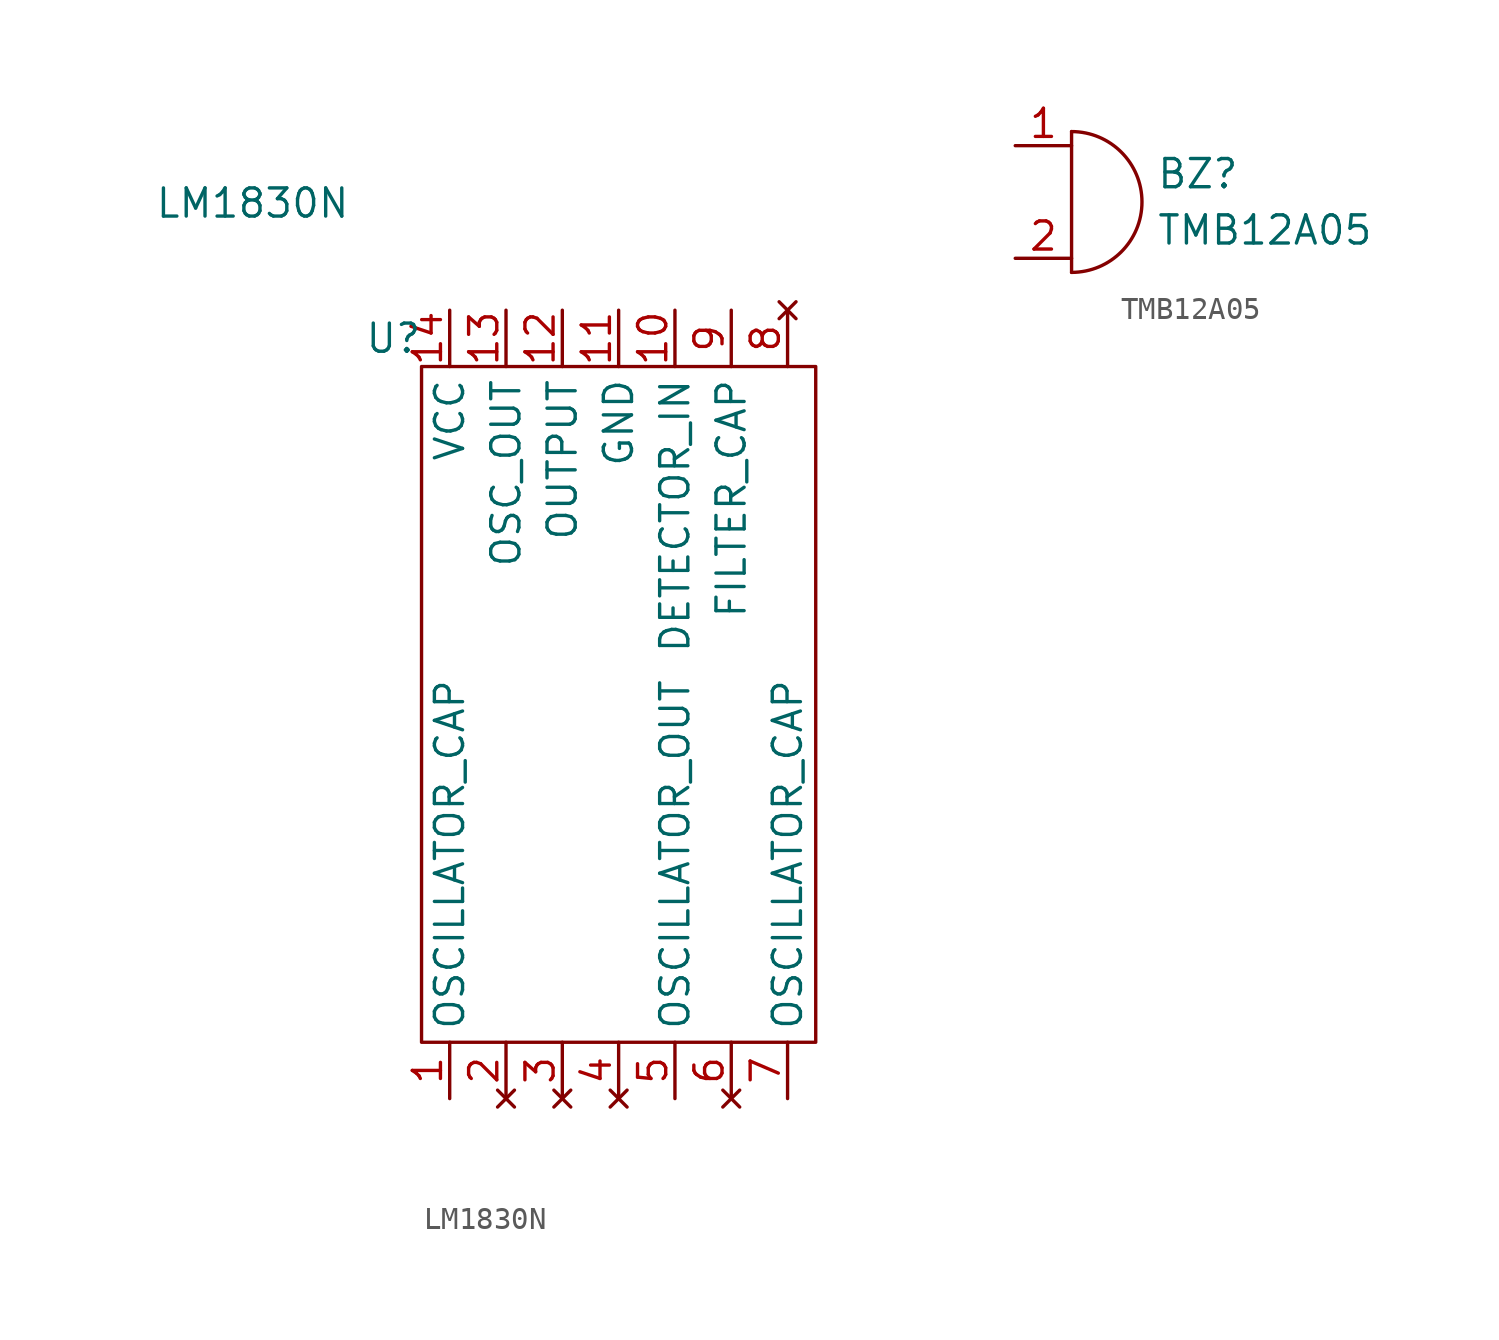
<source format=kicad_sym>
(kicad_symbol_lib
  (version 20241209)
  (generator "kicad_symbol_editor")
  (generator_version "9.0")
  (symbol "LM1830N"
    (property "Reference" "U"
      (at 0 0 0)
      (effects (font (size 1.27 1.27))))
    (property "Value" "LM1830N"
      (at -6.35 6.096 0)
      (effects (font (size 1.27 1.27))))
    (symbol "LM1830N_0_1"
      (rectangle (start 1.27 -1.27) (end 19.05 -31.75) (stroke (width 0) (type default)) (fill (type none))))
    (symbol "LM1830N_1_1"
      (pin input line (at 2.54 1.27 270) (length 2.54) (name "VCC" (effects (font (size 1.27 1.27)))) (number "14" (effects (font (size 1.27 1.27)))))
      (pin bidirectional line (at 2.54 -34.29 90) (length 2.54) (name "OSCILLATOR_CAP" (effects (font (size 1.27 1.27)))) (number "1" (effects (font (size 1.27 1.27)))))
      (pin output line (at 5.08 1.27 270) (length 2.54) (name "OSC_OUT" (effects (font (size 1.27 1.27)))) (number "13" (effects (font (size 1.27 1.27)))))
      (pin no_connect line (at 5.08 -34.29 90) (length 2.54) (name "" (effects (font (size 1.27 1.27)))) (number "2" (effects (font (size 1.27 1.27)))))
      (pin output line (at 7.62 1.27 270) (length 2.54) (name "OUTPUT" (effects (font (size 1.27 1.27)))) (number "12" (effects (font (size 1.27 1.27)))))
      (pin no_connect line (at 7.62 -34.29 90) (length 2.54) (name "" (effects (font (size 1.27 1.27)))) (number "3" (effects (font (size 1.27 1.27)))))
      (pin input line (at 10.16 1.27 270) (length 2.54) (name "GND" (effects (font (size 1.27 1.27)))) (number "11" (effects (font (size 1.27 1.27)))))
      (pin no_connect line (at 10.16 -34.29 90) (length 2.54) (name "" (effects (font (size 1.27 1.27)))) (number "4" (effects (font (size 1.27 1.27)))))
      (pin input line (at 12.7 1.27 270) (length 2.54) (name "DETECTOR_IN" (effects (font (size 1.27 1.27)))) (number "10" (effects (font (size 1.27 1.27)))))
      (pin output line (at 12.7 -34.29 90) (length 2.54) (name "OSCILLATOR_OUT" (effects (font (size 1.27 1.27)))) (number "5" (effects (font (size 1.27 1.27)))))
      (pin bidirectional line (at 15.24 1.27 270) (length 2.54) (name "FILTER_CAP" (effects (font (size 1.27 1.27)))) (number "9" (effects (font (size 1.27 1.27)))))
      (pin no_connect line (at 15.24 -34.29 90) (length 2.54) (name "" (effects (font (size 1.27 1.27)))) (number "6" (effects (font (size 1.27 1.27)))))
      (pin no_connect line (at 17.78 1.27 270) (length 2.54) (name "" (effects (font (size 1.27 1.27)))) (number "8" (effects (font (size 1.27 1.27)))))
      (pin bidirectional line (at 17.78 -34.29 90) (length 2.54) (name "OSCILLATOR_CAP" (effects (font (size 1.27 1.27)))) (number "7" (effects (font (size 1.27 1.27)))))))
  (symbol "TMB12A05"
    (pin_names
      (offset 0.025)
      (hide yes))
    (property "Reference" "BZ"
      (at 3.81 1.27 0)
      (effects (font (size 1.27 1.27)) (justify left)))
    (property "Value" "TMB12A05"
      (at 3.81 -1.27 0)
      (effects (font (size 1.27 1.27)) (justify left)))
    (symbol "TMB12A05_0_1"
      (arc (start 0 3.175) (mid 3.1612 0) (end 0 -3.175) (stroke (width 0) (type default)) (fill (type none)))
      (polyline (pts (xy 0 3.175) (xy 0 -3.175)) (stroke (width 0) (type default)) (fill (type none))))
    (symbol "TMB12A05_1_1"
      (pin passive line (at -2.54 2.54 0) (length 2.54) (name "" (effects (font (size 1.27 1.27)))) (number "1" (effects (font (size 1.27 1.27)))))
      (pin passive line (at -2.54 -2.54 0) (length 2.54) (name "-" (effects (font (size 1.27 1.27)))) (number "2" (effects (font (size 1.27 1.27))))))))
</source>
